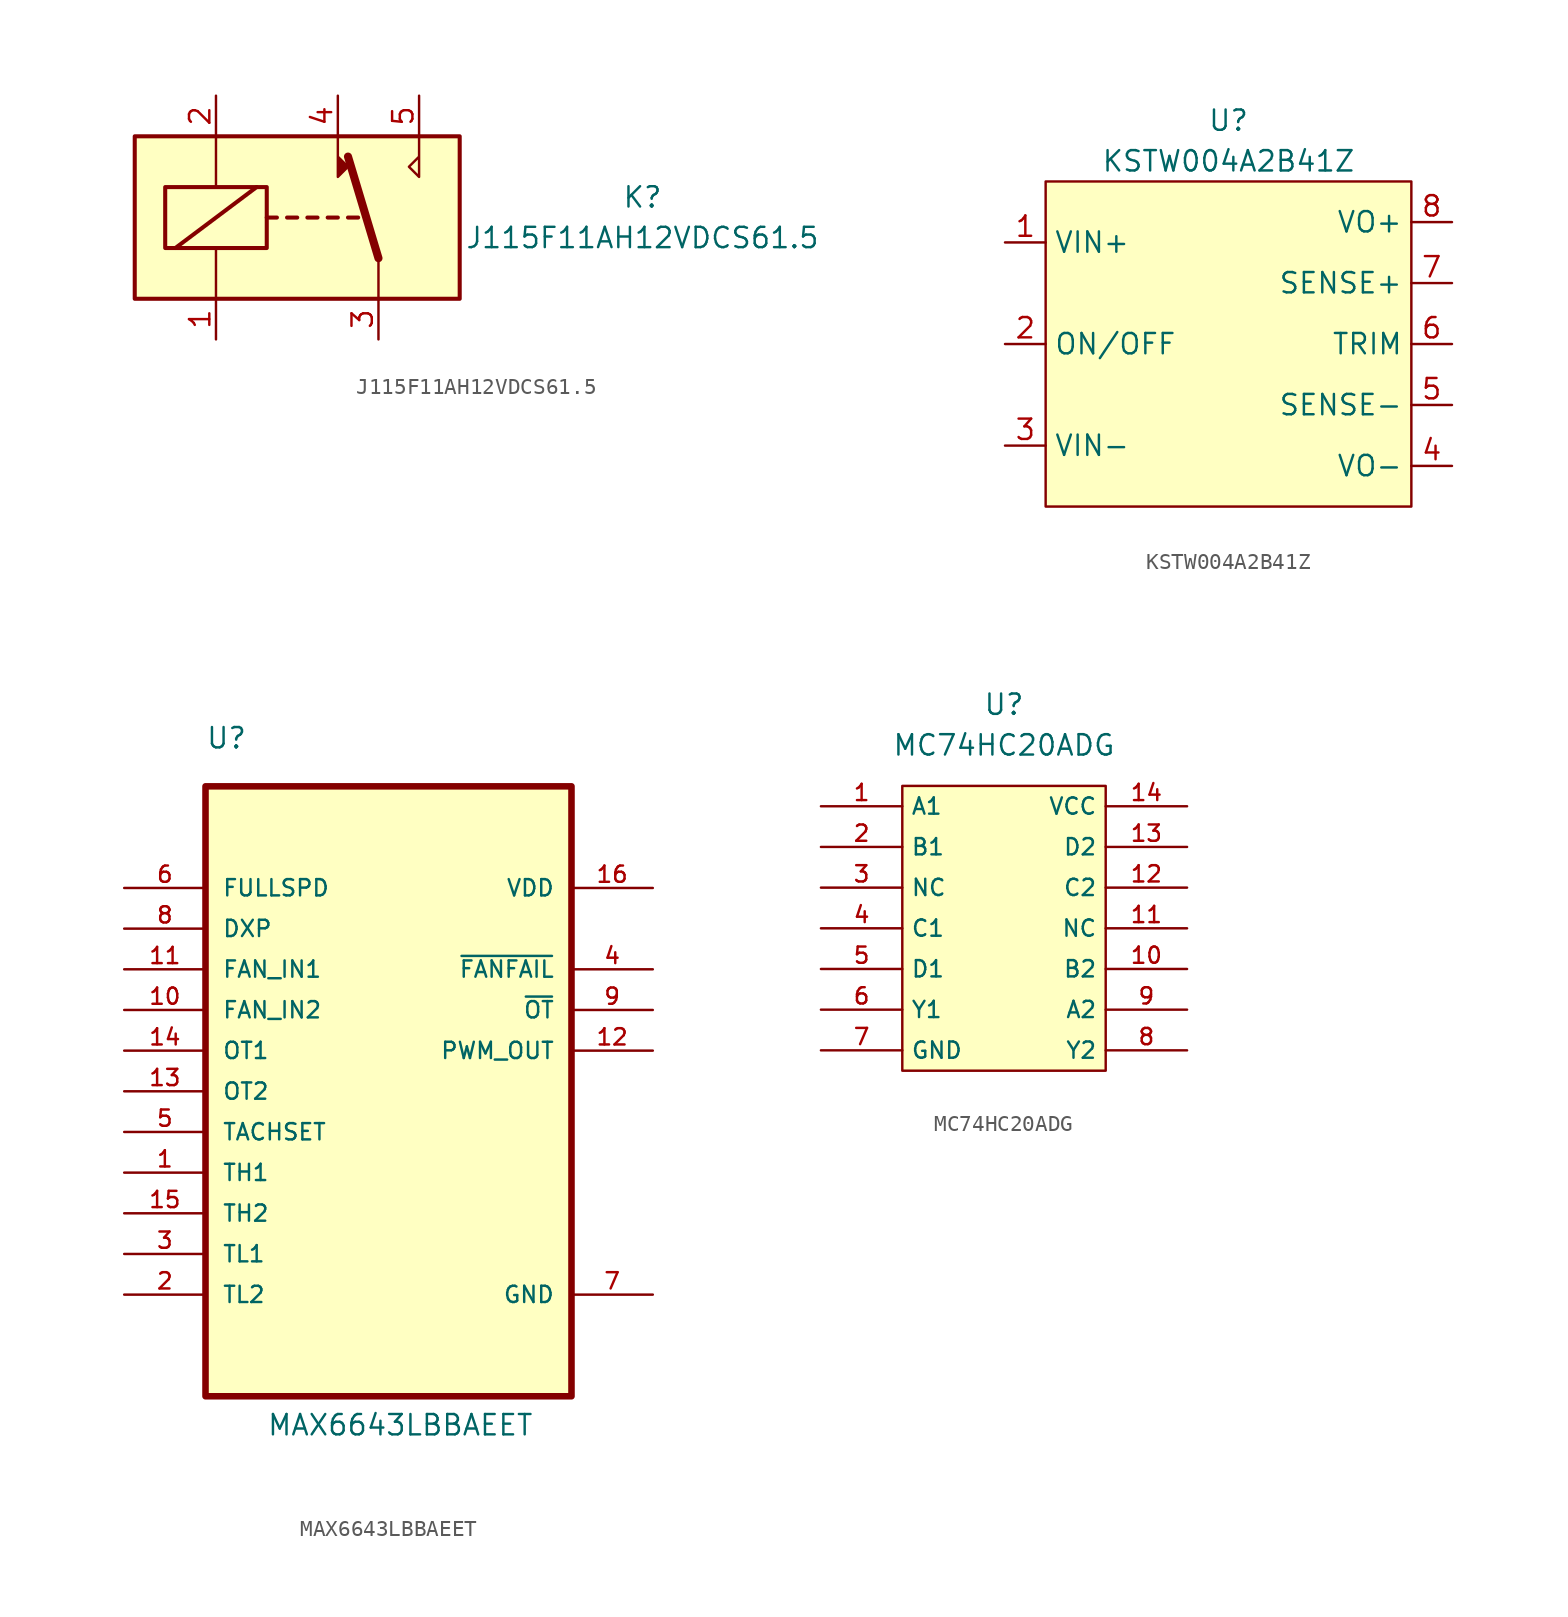
<source format=kicad_sym>
(kicad_symbol_lib
  (version 20211014)
  (generator kicad_symbol_editor)
  (symbol "J115F11AH12VDCS61.5"
    (property "Reference" "K"
      (at 21.59 1.27 0)
      (effects (font (size 1.27 1.27))))
    (property "Value" "J115F11AH12VDCS61.5"
      (at 21.59 -1.27 0)
      (effects (font (size 1.27 1.27))))
    (symbol "J115F11AH12VDCS61.5_0_0"
      (polyline (pts (xy 2.54 5.08) (xy 2.54 2.54) (xy 3.175 3.175) (xy 2.54 3.81)) (stroke (width 0) (type default) (color 0 0 0 0)) (fill (type outline)))
      (polyline (pts (xy 7.62 5.08) (xy 7.62 2.54) (xy 6.985 3.175) (xy 7.62 3.81)) (stroke (width 0) (type default) (color 0 0 0 0)) (fill (type none))))
    (symbol "J115F11AH12VDCS61.5_0_1"
      (rectangle (start -10.16 5.08) (end 10.16 -5.08) (stroke (width 0.254) (type default) (color 0 0 0 0)) (fill (type background)))
      (rectangle (start -8.255 1.905) (end -1.905 -1.905) (stroke (width 0.254) (type default) (color 0 0 0 0)) (fill (type none)))
      (polyline (pts (xy -7.62 -1.905) (xy -2.54 1.905)) (stroke (width 0.254) (type default) (color 0 0 0 0)) (fill (type none)))
      (polyline (pts (xy -5.08 -5.08) (xy -5.08 -1.905)) (stroke (width 0) (type default) (color 0 0 0 0)) (fill (type none)))
      (polyline (pts (xy -5.08 5.08) (xy -5.08 1.905)) (stroke (width 0) (type default) (color 0 0 0 0)) (fill (type none)))
      (polyline (pts (xy -1.905 0) (xy -1.27 0)) (stroke (width 0.254) (type default) (color 0 0 0 0)) (fill (type none)))
      (polyline (pts (xy -0.635 0) (xy 0 0)) (stroke (width 0.254) (type default) (color 0 0 0 0)) (fill (type none)))
      (polyline (pts (xy 0.635 0) (xy 1.27 0)) (stroke (width 0.254) (type default) (color 0 0 0 0)) (fill (type none)))
      (polyline (pts (xy 1.905 0) (xy 2.54 0)) (stroke (width 0.254) (type default) (color 0 0 0 0)) (fill (type none)))
      (polyline (pts (xy 3.175 0) (xy 3.81 0)) (stroke (width 0.254) (type default) (color 0 0 0 0)) (fill (type none)))
      (polyline (pts (xy 5.08 -2.54) (xy 3.175 3.81)) (stroke (width 0.508) (type default) (color 0 0 0 0)) (fill (type none)))
      (polyline (pts (xy 5.08 -2.54) (xy 5.08 -5.08)) (stroke (width 0) (type default) (color 0 0 0 0)) (fill (type none))))
    (symbol "J115F11AH12VDCS61.5_1_1"
      (pin passive line (at -5.08 -7.62 90) (length 2.54) (name "~" (effects (font (size 1.27 1.27)))) (number "1" (effects (font (size 1.27 1.27)))))
      (pin passive line (at -5.08 7.62 270) (length 2.54) (name "~" (effects (font (size 1.27 1.27)))) (number "2" (effects (font (size 1.27 1.27)))))
      (pin passive line (at 5.08 -7.62 90) (length 2.54) (name "~" (effects (font (size 1.27 1.27)))) (number "3" (effects (font (size 1.27 1.27)))))
      (pin passive line (at 2.54 7.62 270) (length 2.54) (name "~" (effects (font (size 1.27 1.27)))) (number "4" (effects (font (size 1.27 1.27)))))
      (pin passive line (at 7.62 7.62 270) (length 2.54) (name "~" (effects (font (size 1.27 1.27)))) (number "5" (effects (font (size 1.27 1.27)))))))
  (symbol "KSTW004A2B41Z"
    (property "Reference" "U"
      (at 0 13.97 0)
      (effects (font (size 1.27 1.27))))
    (property "Value" "KSTW004A2B41Z"
      (at 0 11.43 0)
      (effects (font (size 1.27 1.27))))
    (symbol "KSTW004A2B41Z_0_1"
      (rectangle (start -11.43 10.16) (end 11.43 -10.16) (stroke (width 0) (type default) (color 0 0 0 0)) (fill (type background))))
    (symbol "KSTW004A2B41Z_1_1"
      (pin input line (at -13.97 6.35 0) (length 2.54) (name "VIN+" (effects (font (size 1.27 1.27)))) (number "1" (effects (font (size 1.27 1.27)))))
      (pin input line (at -13.97 0 0) (length 2.54) (name "ON/OFF" (effects (font (size 1.27 1.27)))) (number "2" (effects (font (size 1.27 1.27)))))
      (pin input line (at -13.97 -6.35 0) (length 2.54) (name "VIN-" (effects (font (size 1.27 1.27)))) (number "3" (effects (font (size 1.27 1.27)))))
      (pin output line (at 13.97 -7.62 180) (length 2.54) (name "VO-" (effects (font (size 1.27 1.27)))) (number "4" (effects (font (size 1.27 1.27)))))
      (pin input line (at 13.97 -3.81 180) (length 2.54) (name "SENSE-" (effects (font (size 1.27 1.27)))) (number "5" (effects (font (size 1.27 1.27)))))
      (pin input line (at 13.97 0 180) (length 2.54) (name "TRIM" (effects (font (size 1.27 1.27)))) (number "6" (effects (font (size 1.27 1.27)))))
      (pin input line (at 13.97 3.81 180) (length 2.54) (name "SENSE+" (effects (font (size 1.27 1.27)))) (number "7" (effects (font (size 1.27 1.27)))))
      (pin output line (at 13.97 7.62 180) (length 2.54) (name "VO+" (effects (font (size 1.27 1.27)))) (number "8" (effects (font (size 1.27 1.27)))))))
  (symbol "MAX6643LBBAEET"
    (pin_names
      (offset 1.016))
    (property "Reference" "U"
      (at -11.43 23.86 0)
      (effects (font (size 1.27 1.27)) (justify left bottom)))
    (property "Value" "MAX6643LBBAEET"
      (at -7.62 -19.05 0)
      (effects (font (size 1.27 1.27)) (justify left bottom)))
    (symbol "MAX6643LBBAEET_0_0"
      (rectangle (start -11.43 21.59) (end 11.43 -16.51) (stroke (width 0.41) (type default) (color 0 0 0 0)) (fill (type background)))
      (pin input line (at -16.51 -2.54 0) (length 5.08) (name "TH1" (effects (font (size 1.016 1.016)))) (number "1" (effects (font (size 1.016 1.016)))))
      (pin input line (at -16.51 7.62 0) (length 5.08) (name "FAN_IN2" (effects (font (size 1.016 1.016)))) (number "10" (effects (font (size 1.016 1.016)))))
      (pin input line (at -16.51 10.16 0) (length 5.08) (name "FAN_IN1" (effects (font (size 1.016 1.016)))) (number "11" (effects (font (size 1.016 1.016)))))
      (pin output line (at 16.51 5.08 180) (length 5.08) (name "PWM_OUT" (effects (font (size 1.016 1.016)))) (number "12" (effects (font (size 1.016 1.016)))))
      (pin input line (at -16.51 2.54 0) (length 5.08) (name "OT2" (effects (font (size 1.016 1.016)))) (number "13" (effects (font (size 1.016 1.016)))))
      (pin input line (at -16.51 5.08 0) (length 5.08) (name "OT1" (effects (font (size 1.016 1.016)))) (number "14" (effects (font (size 1.016 1.016)))))
      (pin input line (at -16.51 -5.08 0) (length 5.08) (name "TH2" (effects (font (size 1.016 1.016)))) (number "15" (effects (font (size 1.016 1.016)))))
      (pin power_in line (at 16.51 15.24 180) (length 5.08) (name "VDD" (effects (font (size 1.016 1.016)))) (number "16" (effects (font (size 1.016 1.016)))))
      (pin input line (at -16.51 -10.16 0) (length 5.08) (name "TL2" (effects (font (size 1.016 1.016)))) (number "2" (effects (font (size 1.016 1.016)))))
      (pin input line (at -16.51 -7.62 0) (length 5.08) (name "TL1" (effects (font (size 1.016 1.016)))) (number "3" (effects (font (size 1.016 1.016)))))
      (pin output line (at 16.51 10.16 180) (length 5.08) (name "~{FANFAIL}" (effects (font (size 1.016 1.016)))) (number "4" (effects (font (size 1.016 1.016)))))
      (pin input line (at -16.51 0 0) (length 5.08) (name "TACHSET" (effects (font (size 1.016 1.016)))) (number "5" (effects (font (size 1.016 1.016)))))
      (pin input line (at -16.51 15.24 0) (length 5.08) (name "FULLSPD" (effects (font (size 1.016 1.016)))) (number "6" (effects (font (size 1.016 1.016)))))
      (pin power_in line (at 16.51 -10.16 180) (length 5.08) (name "GND" (effects (font (size 1.016 1.016)))) (number "7" (effects (font (size 1.016 1.016)))))
      (pin input line (at -16.51 12.7 0) (length 5.08) (name "DXP" (effects (font (size 1.016 1.016)))) (number "8" (effects (font (size 1.016 1.016)))))
      (pin output line (at 16.51 7.62 180) (length 5.08) (name "~{OT}" (effects (font (size 1.016 1.016)))) (number "9" (effects (font (size 1.016 1.016)))))))
  (symbol "MC74HC20ADG"
    (property "Reference" "U"
      (at 0 13.97 0)
      (effects (font (size 1.27 1.27))))
    (property "Value" "MC74HC20ADG"
      (at 0 11.43 0)
      (effects (font (size 1.27 1.27))))
    (symbol "MC74HC20ADG_0_0"
      (pin input line (at -11.43 7.62 0) (length 5.08) (name "A1" (effects (font (size 1.016 1.016)))) (number "1" (effects (font (size 1.016 1.016)))))
      (pin input line (at 11.43 -2.54 180) (length 5.08) (name "B2" (effects (font (size 1.016 1.016)))) (number "10" (effects (font (size 1.016 1.016)))))
      (pin input line (at 11.43 0 180) (length 5.08) (name "NC" (effects (font (size 1.016 1.016)))) (number "11" (effects (font (size 1.016 1.016)))))
      (pin input line (at 11.43 2.54 180) (length 5.08) (name "C2" (effects (font (size 1.016 1.016)))) (number "12" (effects (font (size 1.016 1.016)))))
      (pin input line (at 11.43 5.08 180) (length 5.08) (name "D2" (effects (font (size 1.016 1.016)))) (number "13" (effects (font (size 1.016 1.016)))))
      (pin power_in line (at 11.43 7.62 180) (length 5.08) (name "VCC" (effects (font (size 1.016 1.016)))) (number "14" (effects (font (size 1.016 1.016)))))
      (pin input line (at -11.43 5.08 0) (length 5.08) (name "B1" (effects (font (size 1.016 1.016)))) (number "2" (effects (font (size 1.016 1.016)))))
      (pin input line (at -11.43 2.54 0) (length 5.08) (name "NC" (effects (font (size 1.016 1.016)))) (number "3" (effects (font (size 1.016 1.016)))))
      (pin input line (at -11.43 0 0) (length 5.08) (name "C1" (effects (font (size 1.016 1.016)))) (number "4" (effects (font (size 1.016 1.016)))))
      (pin input line (at -11.43 -2.54 0) (length 5.08) (name "D1" (effects (font (size 1.016 1.016)))) (number "5" (effects (font (size 1.016 1.016)))))
      (pin input line (at -11.43 -5.08 0) (length 5.08) (name "Y1" (effects (font (size 1.016 1.016)))) (number "6" (effects (font (size 1.016 1.016)))))
      (pin power_in line (at -11.43 -7.62 0) (length 5.08) (name "GND" (effects (font (size 1.016 1.016)))) (number "7" (effects (font (size 1.016 1.016)))))
      (pin output line (at 11.43 -7.62 180) (length 5.08) (name "Y2" (effects (font (size 1.016 1.016)))) (number "8" (effects (font (size 1.016 1.016)))))
      (pin input line (at 11.43 -5.08 180) (length 5.08) (name "A2" (effects (font (size 1.016 1.016)))) (number "9" (effects (font (size 1.016 1.016))))))
    (symbol "MC74HC20ADG_0_1"
      (rectangle (start -6.35 8.89) (end 6.35 -8.89) (stroke (width 0) (type default) (color 0 0 0 0)) (fill (type background))))))
</source>
